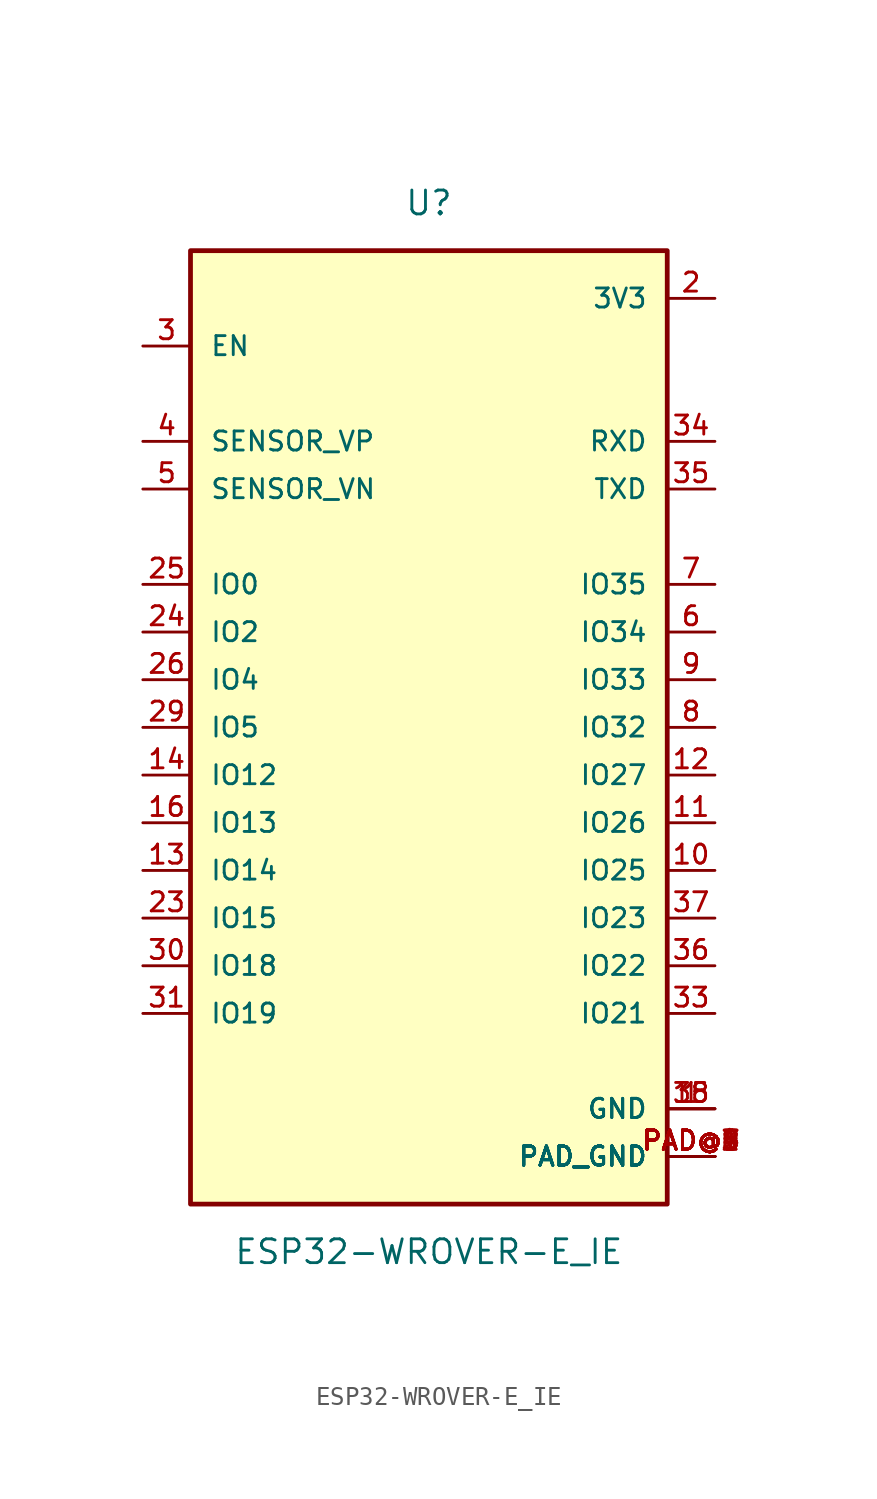
<source format=kicad_sym>
(kicad_symbol_lib
  (version 20211014)
  (generator kicad_symbol_editor)
  (symbol "ESP32-WROVER-E_IE"
    (pin_names
      (offset 1.016))
    (property "Reference" "U"
      (at 0.0 27.94 0)
      (effects (font (size 1.27 1.27))))
    (property "Value" "ESP32-WROVER-E_IE"
      (at 0.0 -27.94 0)
      (effects (font (size 1.27 1.27))))
    (symbol "ESP32-WROVER-E_IE_0_0"
      (rectangle (start -12.7 -25.4) (end 12.7 25.4) (stroke (width 0.254)) (fill (type background)))
      (pin bidirectional line (at 15.24 22.86 180.0) (length 2.54) (name "3V3" (effects (font (size 1.016 1.016)))) (number "2" (effects (font (size 1.016 1.016)))))
      (pin bidirectional line (at 15.24 -20.32 180.0) (length 2.54) (name "GND" (effects (font (size 1.016 1.016)))) (number "1" (effects (font (size 1.016 1.016)))))
      (pin bidirectional line (at 15.24 -20.32 180.0) (length 2.54) (name "GND" (effects (font (size 1.016 1.016)))) (number "15" (effects (font (size 1.016 1.016)))))
      (pin bidirectional line (at 15.24 -20.32 180.0) (length 2.54) (name "GND" (effects (font (size 1.016 1.016)))) (number "38" (effects (font (size 1.016 1.016)))))
      (pin bidirectional line (at 15.24 -22.86 180.0) (length 2.54) (name "PAD_GND" (effects (font (size 1.016 1.016)))) (number "PAD@1" (effects (font (size 1.016 1.016)))))
      (pin bidirectional line (at 15.24 -22.86 180.0) (length 2.54) (name "PAD_GND" (effects (font (size 1.016 1.016)))) (number "PAD@2" (effects (font (size 1.016 1.016)))))
      (pin bidirectional line (at 15.24 -22.86 180.0) (length 2.54) (name "PAD_GND" (effects (font (size 1.016 1.016)))) (number "PAD@3" (effects (font (size 1.016 1.016)))))
      (pin bidirectional line (at 15.24 -22.86 180.0) (length 2.54) (name "PAD_GND" (effects (font (size 1.016 1.016)))) (number "PAD@4" (effects (font (size 1.016 1.016)))))
      (pin bidirectional line (at 15.24 -22.86 180.0) (length 2.54) (name "PAD_GND" (effects (font (size 1.016 1.016)))) (number "PAD@5" (effects (font (size 1.016 1.016)))))
      (pin bidirectional line (at 15.24 -22.86 180.0) (length 2.54) (name "PAD_GND" (effects (font (size 1.016 1.016)))) (number "PAD@6" (effects (font (size 1.016 1.016)))))
      (pin bidirectional line (at 15.24 -22.86 180.0) (length 2.54) (name "PAD_GND" (effects (font (size 1.016 1.016)))) (number "PAD@7" (effects (font (size 1.016 1.016)))))
      (pin bidirectional line (at 15.24 -22.86 180.0) (length 2.54) (name "PAD_GND" (effects (font (size 1.016 1.016)))) (number "PAD@8" (effects (font (size 1.016 1.016)))))
      (pin bidirectional line (at 15.24 -22.86 180.0) (length 2.54) (name "PAD_GND" (effects (font (size 1.016 1.016)))) (number "PAD@9" (effects (font (size 1.016 1.016)))))
      (pin bidirectional line (at -15.24 20.32 0) (length 2.54) (name "EN" (effects (font (size 1.016 1.016)))) (number "3" (effects (font (size 1.016 1.016)))))
      (pin input line (at -15.24 15.24 0) (length 2.54) (name "SENSOR_VP" (effects (font (size 1.016 1.016)))) (number "4" (effects (font (size 1.016 1.016)))))
      (pin input line (at -15.24 12.7 0) (length 2.54) (name "SENSOR_VN" (effects (font (size 1.016 1.016)))) (number "5" (effects (font (size 1.016 1.016)))))
      (pin bidirectional line (at -15.24 7.62 0) (length 2.54) (name "IO0" (effects (font (size 1.016 1.016)))) (number "25" (effects (font (size 1.016 1.016)))))
      (pin bidirectional line (at -15.24 5.08 0) (length 2.54) (name "IO2" (effects (font (size 1.016 1.016)))) (number "24" (effects (font (size 1.016 1.016)))))
      (pin bidirectional line (at -15.24 2.54 0) (length 2.54) (name "IO4" (effects (font (size 1.016 1.016)))) (number "26" (effects (font (size 1.016 1.016)))))
      (pin bidirectional line (at -15.24 0.0 0) (length 2.54) (name "IO5" (effects (font (size 1.016 1.016)))) (number "29" (effects (font (size 1.016 1.016)))))
      (pin bidirectional line (at -15.24 -2.54 0) (length 2.54) (name "IO12" (effects (font (size 1.016 1.016)))) (number "14" (effects (font (size 1.016 1.016)))))
      (pin bidirectional line (at -15.24 -5.08 0) (length 2.54) (name "IO13" (effects (font (size 1.016 1.016)))) (number "16" (effects (font (size 1.016 1.016)))))
      (pin bidirectional line (at -15.24 -7.62 0) (length 2.54) (name "IO14" (effects (font (size 1.016 1.016)))) (number "13" (effects (font (size 1.016 1.016)))))
      (pin bidirectional line (at -15.24 -10.16 0) (length 2.54) (name "IO15" (effects (font (size 1.016 1.016)))) (number "23" (effects (font (size 1.016 1.016)))))
      (pin bidirectional line (at -15.24 -12.7 0) (length 2.54) (name "IO18" (effects (font (size 1.016 1.016)))) (number "30" (effects (font (size 1.016 1.016)))))
      (pin bidirectional line (at -15.24 -15.24 0) (length 2.54) (name "IO19" (effects (font (size 1.016 1.016)))) (number "31" (effects (font (size 1.016 1.016)))))
      (pin bidirectional line (at 15.24 -15.24 180.0) (length 2.54) (name "IO21" (effects (font (size 1.016 1.016)))) (number "33" (effects (font (size 1.016 1.016)))))
      (pin bidirectional line (at 15.24 -12.7 180.0) (length 2.54) (name "IO22" (effects (font (size 1.016 1.016)))) (number "36" (effects (font (size 1.016 1.016)))))
      (pin bidirectional line (at 15.24 -10.16 180.0) (length 2.54) (name "IO23" (effects (font (size 1.016 1.016)))) (number "37" (effects (font (size 1.016 1.016)))))
      (pin bidirectional line (at 15.24 -7.62 180.0) (length 2.54) (name "IO25" (effects (font (size 1.016 1.016)))) (number "10" (effects (font (size 1.016 1.016)))))
      (pin bidirectional line (at 15.24 -5.08 180.0) (length 2.54) (name "IO26" (effects (font (size 1.016 1.016)))) (number "11" (effects (font (size 1.016 1.016)))))
      (pin bidirectional line (at 15.24 -2.54 180.0) (length 2.54) (name "IO27" (effects (font (size 1.016 1.016)))) (number "12" (effects (font (size 1.016 1.016)))))
      (pin bidirectional line (at 15.24 0.0 180.0) (length 2.54) (name "IO32" (effects (font (size 1.016 1.016)))) (number "8" (effects (font (size 1.016 1.016)))))
      (pin bidirectional line (at 15.24 2.54 180.0) (length 2.54) (name "IO33" (effects (font (size 1.016 1.016)))) (number "9" (effects (font (size 1.016 1.016)))))
      (pin input line (at 15.24 5.08 180.0) (length 2.54) (name "IO34" (effects (font (size 1.016 1.016)))) (number "6" (effects (font (size 1.016 1.016)))))
      (pin input line (at 15.24 7.62 180.0) (length 2.54) (name "IO35" (effects (font (size 1.016 1.016)))) (number "7" (effects (font (size 1.016 1.016)))))
      (pin bidirectional line (at 15.24 15.24 180.0) (length 2.54) (name "RXD" (effects (font (size 1.016 1.016)))) (number "34" (effects (font (size 1.016 1.016)))))
      (pin bidirectional line (at 15.24 12.7 180.0) (length 2.54) (name "TXD" (effects (font (size 1.016 1.016)))) (number "35" (effects (font (size 1.016 1.016))))))))
</source>
